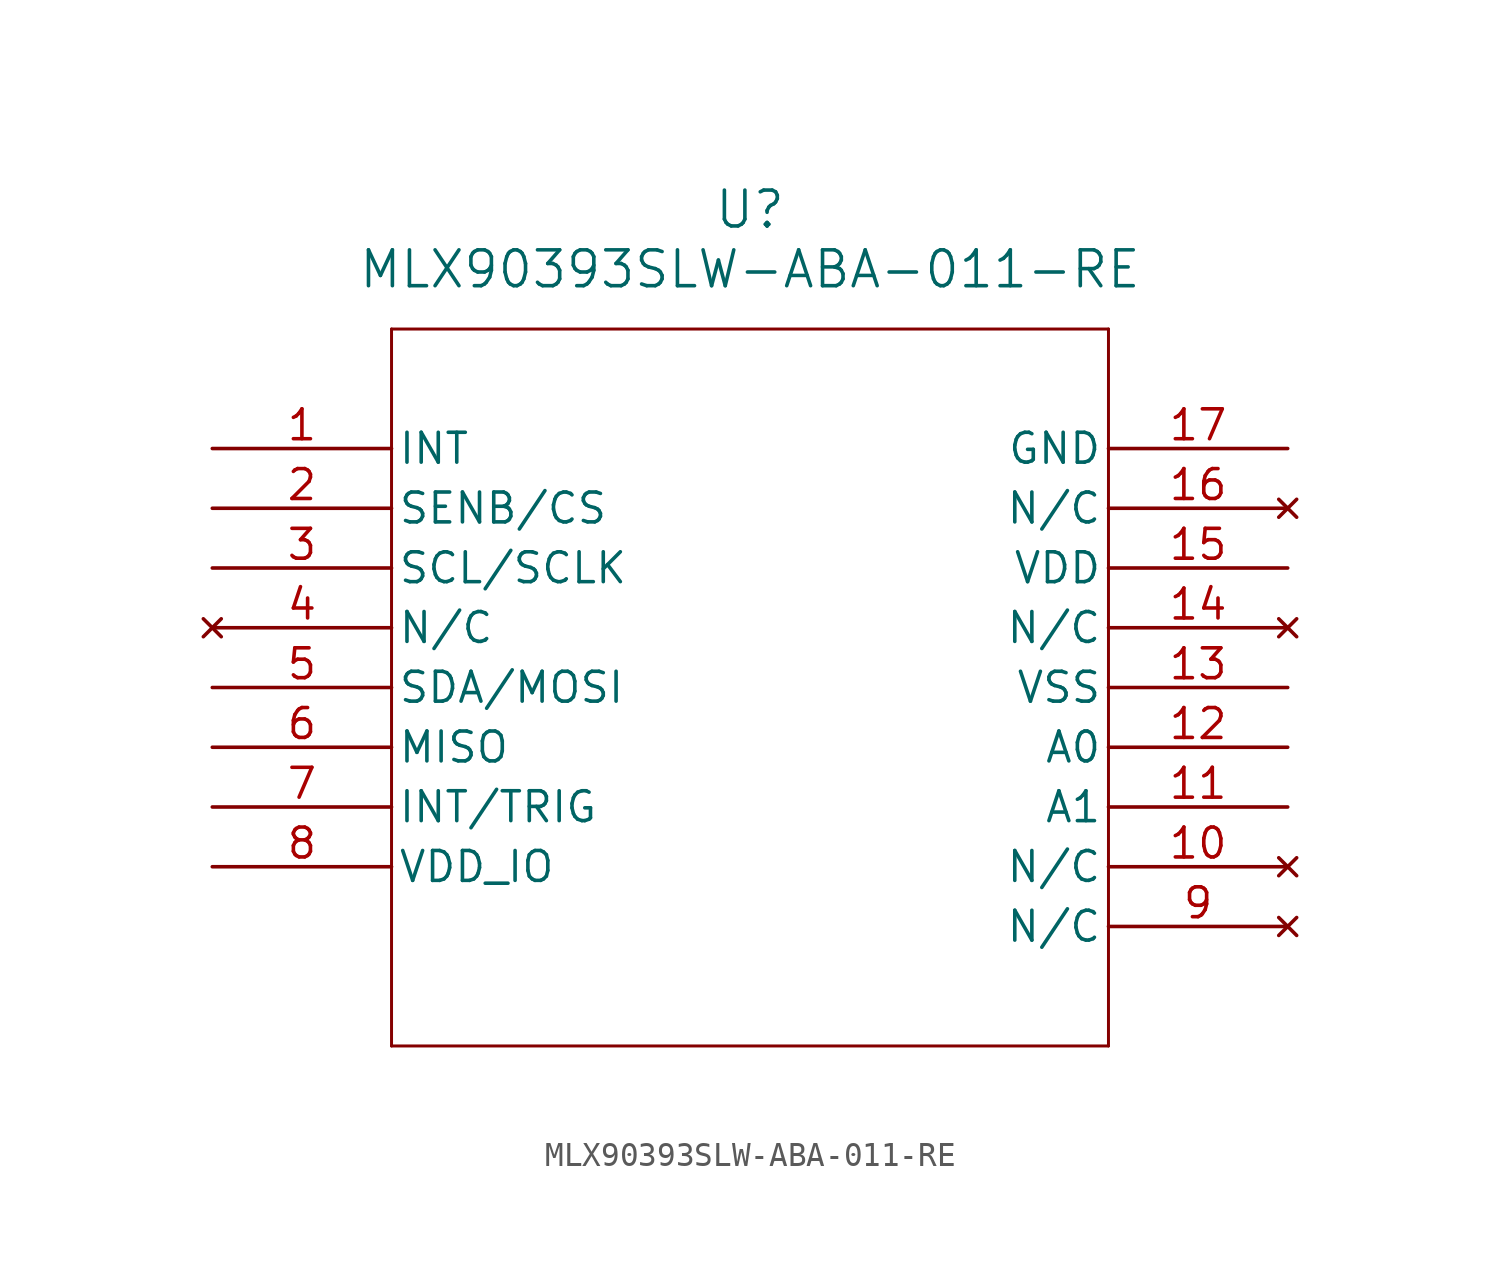
<source format=kicad_sym>
(kicad_symbol_lib
  (version 20241209)
  (generator "kicad_symbol_editor")
  (generator_version "9.0")
  (symbol "MLX90393SLW-ABA-011-RE"
    (pin_names
      (offset 0.254))
    (property "Reference" "U"
      (at 22.86 10.16 0)
      (effects (font (size 1.524 1.524))))
    (property "Value" "MLX90393SLW-ABA-011-RE"
      (at 22.86 7.62 0)
      (effects (font (size 1.524 1.524))))
    (symbol "MLX90393SLW-ABA-011-RE_0_1"
      (polyline (pts (xy 7.62 5.08) (xy 7.62 -25.4)) (stroke (width 0.127) (type default)) (fill (type none)))
      (polyline (pts (xy 7.62 -25.4) (xy 38.1 -25.4)) (stroke (width 0.127) (type default)) (fill (type none)))
      (polyline (pts (xy 38.1 5.08) (xy 7.62 5.08)) (stroke (width 0.127) (type default)) (fill (type none)))
      (polyline (pts (xy 38.1 -25.4) (xy 38.1 5.08)) (stroke (width 0.127) (type default)) (fill (type none)))
      (pin output line (at 0 0 0) (length 7.62) (name "INT" (effects (font (size 1.27 1.27)))) (number "1" (effects (font (size 1.27 1.27)))))
      (pin input line (at 0 -2.54 0) (length 7.62) (name "SENB/CS" (effects (font (size 1.27 1.27)))) (number "2" (effects (font (size 1.27 1.27)))))
      (pin input line (at 0 -5.08 0) (length 7.62) (name "SCL/SCLK" (effects (font (size 1.27 1.27)))) (number "3" (effects (font (size 1.27 1.27)))))
      (pin no_connect line (at 0 -7.62 0) (length 7.62) (name "N/C" (effects (font (size 1.27 1.27)))) (number "4" (effects (font (size 1.27 1.27)))))
      (pin bidirectional line (at 0 -10.16 0) (length 7.62) (name "SDA/MOSI" (effects (font (size 1.27 1.27)))) (number "5" (effects (font (size 1.27 1.27)))))
      (pin output line (at 0 -12.7 0) (length 7.62) (name "MISO" (effects (font (size 1.27 1.27)))) (number "6" (effects (font (size 1.27 1.27)))))
      (pin bidirectional line (at 0 -15.24 0) (length 7.62) (name "INT/TRIG" (effects (font (size 1.27 1.27)))) (number "7" (effects (font (size 1.27 1.27)))))
      (pin power_in line (at 0 -17.78 0) (length 7.62) (name "VDD_IO" (effects (font (size 1.27 1.27)))) (number "8" (effects (font (size 1.27 1.27)))))
      (pin power_out line (at 45.72 0 180) (length 7.62) (name "GND" (effects (font (size 1.27 1.27)))) (number "17" (effects (font (size 1.27 1.27)))))
      (pin no_connect line (at 45.72 -2.54 180) (length 7.62) (name "N/C" (effects (font (size 1.27 1.27)))) (number "16" (effects (font (size 1.27 1.27)))))
      (pin power_in line (at 45.72 -5.08 180) (length 7.62) (name "VDD" (effects (font (size 1.27 1.27)))) (number "15" (effects (font (size 1.27 1.27)))))
      (pin no_connect line (at 45.72 -7.62 180) (length 7.62) (name "N/C" (effects (font (size 1.27 1.27)))) (number "14" (effects (font (size 1.27 1.27)))))
      (pin power_out line (at 45.72 -10.16 180) (length 7.62) (name "VSS" (effects (font (size 1.27 1.27)))) (number "13" (effects (font (size 1.27 1.27)))))
      (pin input line (at 45.72 -12.7 180) (length 7.62) (name "A0" (effects (font (size 1.27 1.27)))) (number "12" (effects (font (size 1.27 1.27)))))
      (pin input line (at 45.72 -15.24 180) (length 7.62) (name "A1" (effects (font (size 1.27 1.27)))) (number "11" (effects (font (size 1.27 1.27)))))
      (pin no_connect line (at 45.72 -17.78 180) (length 7.62) (name "N/C" (effects (font (size 1.27 1.27)))) (number "10" (effects (font (size 1.27 1.27)))))
      (pin no_connect line (at 45.72 -20.32 180) (length 7.62) (name "N/C" (effects (font (size 1.27 1.27)))) (number "9" (effects (font (size 1.27 1.27))))))))
</source>
